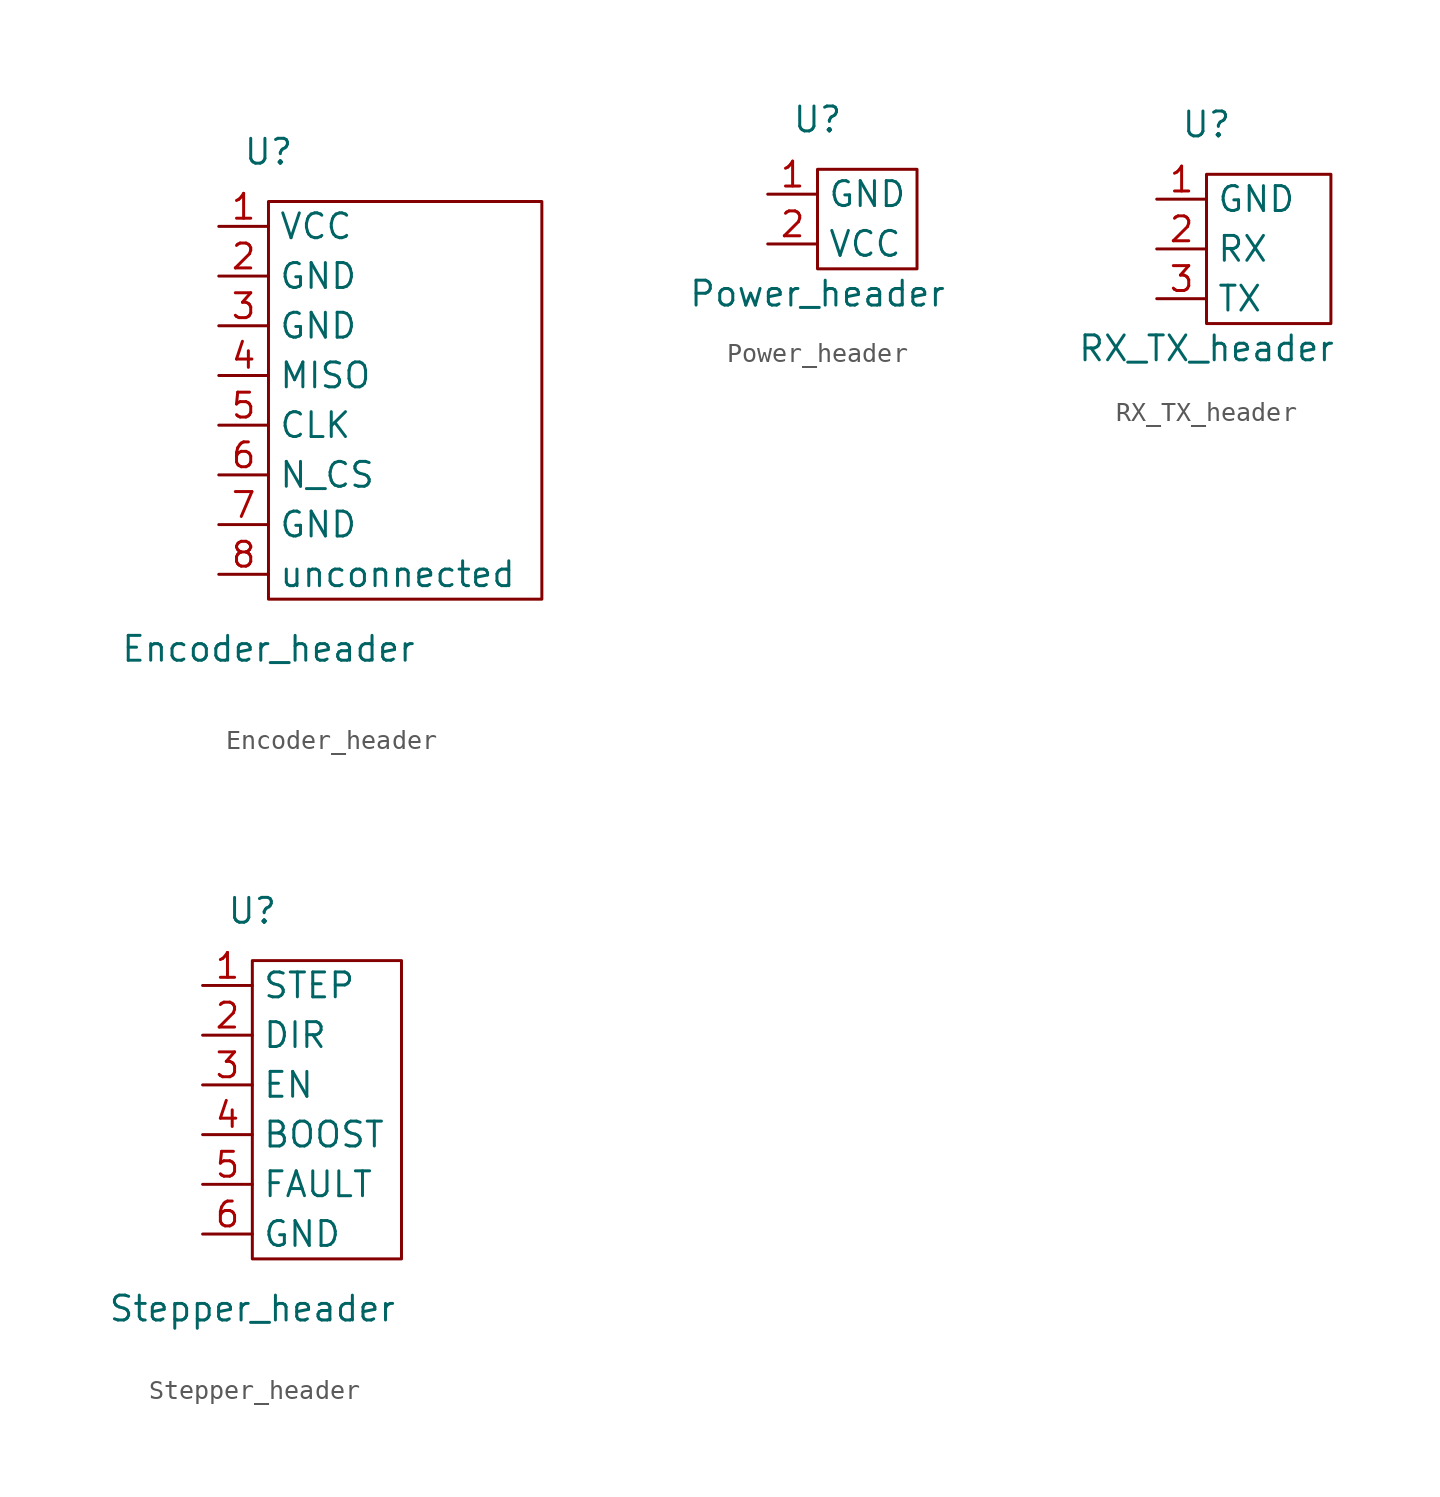
<source format=kicad_sym>
(kicad_symbol_lib
  (version 20211014)
  (generator kicad_symbol_editor)
  (symbol "Encoder_header"
    (property "Reference" "U"
      (at 0 26.67 0)
      (effects (font (size 1.27 1.27))))
    (property "Value" "Encoder_header"
      (at 0 1.27 0)
      (effects (font (size 1.27 1.27))))
    (symbol "Encoder_header_0_1"
      (rectangle (start 0 24.13) (end 13.97 3.81) (stroke (width 0) (type default) (color 0 0 0 0)) (fill (type none))))
    (symbol "Encoder_header_1_1"
      (pin unspecified line (at -2.54 22.86 0) (length 2.54) (name "VCC" (effects (font (size 1.27 1.27)))) (number "1" (effects (font (size 1.27 1.27)))))
      (pin unspecified line (at -2.54 20.32 0) (length 2.54) (name "GND" (effects (font (size 1.27 1.27)))) (number "2" (effects (font (size 1.27 1.27)))))
      (pin unspecified line (at -2.54 17.78 0) (length 2.54) (name "GND" (effects (font (size 1.27 1.27)))) (number "3" (effects (font (size 1.27 1.27)))))
      (pin unspecified line (at -2.54 15.24 0) (length 2.54) (name "MISO" (effects (font (size 1.27 1.27)))) (number "4" (effects (font (size 1.27 1.27)))))
      (pin unspecified line (at -2.54 12.7 0) (length 2.54) (name "CLK" (effects (font (size 1.27 1.27)))) (number "5" (effects (font (size 1.27 1.27)))))
      (pin unspecified line (at -2.54 10.16 0) (length 2.54) (name "N_CS" (effects (font (size 1.27 1.27)))) (number "6" (effects (font (size 1.27 1.27)))))
      (pin unspecified line (at -2.54 7.62 0) (length 2.54) (name "GND" (effects (font (size 1.27 1.27)))) (number "7" (effects (font (size 1.27 1.27)))))
      (pin unspecified line (at -2.54 5.08 0) (length 2.54) (name "unconnected" (effects (font (size 1.27 1.27)))) (number "8" (effects (font (size 1.27 1.27)))))))
  (symbol "Power_header"
    (property "Reference" "U"
      (at 0 10.16 0)
      (effects (font (size 1.27 1.27))))
    (property "Value" "Power_header"
      (at 0 1.27 0)
      (effects (font (size 1.27 1.27))))
    (symbol "Power_header_0_1"
      (rectangle (start 0 7.62) (end 5.08 2.54) (stroke (width 0) (type default) (color 0 0 0 0)) (fill (type none))))
    (symbol "Power_header_1_1"
      (pin unspecified line (at -2.54 6.35 0) (length 2.54) (name "GND" (effects (font (size 1.27 1.27)))) (number "1" (effects (font (size 1.27 1.27)))))
      (pin unspecified line (at -2.54 3.81 0) (length 2.54) (name "VCC" (effects (font (size 1.27 1.27)))) (number "2" (effects (font (size 1.27 1.27)))))))
  (symbol "RX_TX_header"
    (property "Reference" "U"
      (at 0 12.7 0)
      (effects (font (size 1.27 1.27))))
    (property "Value" "RX_TX_header"
      (at 0 1.27 0)
      (effects (font (size 1.27 1.27))))
    (symbol "RX_TX_header_0_1"
      (rectangle (start 0 10.16) (end 6.35 2.54) (stroke (width 0) (type default) (color 0 0 0 0)) (fill (type none))))
    (symbol "RX_TX_header_1_1"
      (pin unspecified line (at -2.54 8.89 0) (length 2.54) (name "GND" (effects (font (size 1.27 1.27)))) (number "1" (effects (font (size 1.27 1.27)))))
      (pin unspecified line (at -2.54 6.35 0) (length 2.54) (name "RX" (effects (font (size 1.27 1.27)))) (number "2" (effects (font (size 1.27 1.27)))))
      (pin unspecified line (at -2.54 3.81 0) (length 2.54) (name "TX" (effects (font (size 1.27 1.27)))) (number "3" (effects (font (size 1.27 1.27)))))))
  (symbol "Stepper_header"
    (property "Reference" "U"
      (at 0 21.59 0)
      (effects (font (size 1.27 1.27))))
    (property "Value" "Stepper_header"
      (at 0 1.27 0)
      (effects (font (size 1.27 1.27))))
    (symbol "Stepper_header_0_1"
      (rectangle (start 0 19.05) (end 7.62 3.81) (stroke (width 0) (type default) (color 0 0 0 0)) (fill (type none))))
    (symbol "Stepper_header_1_1"
      (pin unspecified line (at -2.54 17.78 0) (length 2.54) (name "STEP" (effects (font (size 1.27 1.27)))) (number "1" (effects (font (size 1.27 1.27)))))
      (pin unspecified line (at -2.54 15.24 0) (length 2.54) (name "DIR" (effects (font (size 1.27 1.27)))) (number "2" (effects (font (size 1.27 1.27)))))
      (pin unspecified line (at -2.54 12.7 0) (length 2.54) (name "EN" (effects (font (size 1.27 1.27)))) (number "3" (effects (font (size 1.27 1.27)))))
      (pin unspecified line (at -2.54 10.16 0) (length 2.54) (name "BOOST" (effects (font (size 1.27 1.27)))) (number "4" (effects (font (size 1.27 1.27)))))
      (pin unspecified line (at -2.54 7.62 0) (length 2.54) (name "FAULT" (effects (font (size 1.27 1.27)))) (number "5" (effects (font (size 1.27 1.27)))))
      (pin unspecified line (at -2.54 5.08 0) (length 2.54) (name "GND" (effects (font (size 1.27 1.27)))) (number "6" (effects (font (size 1.27 1.27))))))))
</source>
